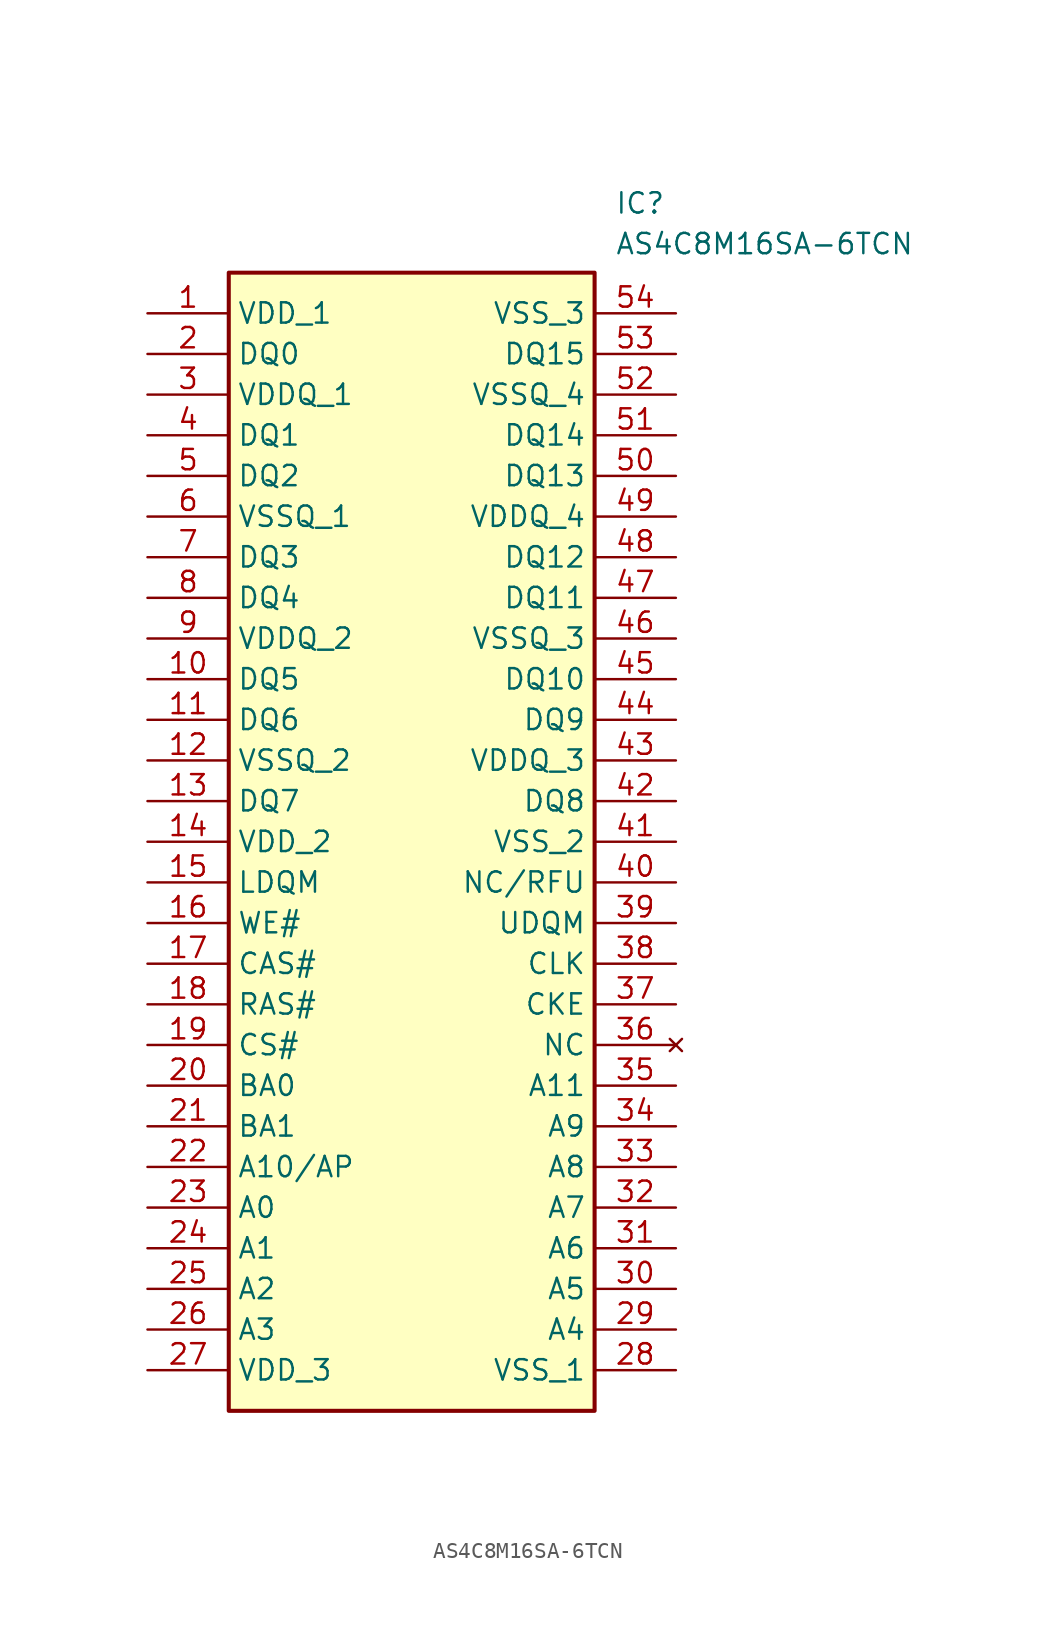
<source format=kicad_sym>
(kicad_symbol_lib
  (version 20211014)
  (generator SamacSys_ECAD_Model)
  (symbol "AS4C8M16SA-6TCN"
    (property "Reference" "IC"
      (at 29.21 7.62 0)
      (effects (font (size 1.27 1.27)) (justify left top)))
    (property "Value" "AS4C8M16SA-6TCN"
      (at 29.21 5.08 0)
      (effects (font (size 1.27 1.27)) (justify left top)))
    (rectangle
      (start 5.08 2.54)
      (end 27.94 -68.58)
      (stroke (width 0.254) (type default))
      (fill (type background)))
    (pin passive line
      (at 0 0 0)
      (length 5.08)
      (name "VDD_1" (effects (font (size 1.27 1.27))))
      (number "1" (effects (font (size 1.27 1.27)))))
    (pin passive line
      (at 0 -2.54 0)
      (length 5.08)
      (name "DQ0" (effects (font (size 1.27 1.27))))
      (number "2" (effects (font (size 1.27 1.27)))))
    (pin passive line
      (at 0 -5.08 0)
      (length 5.08)
      (name "VDDQ_1" (effects (font (size 1.27 1.27))))
      (number "3" (effects (font (size 1.27 1.27)))))
    (pin passive line
      (at 0 -7.62 0)
      (length 5.08)
      (name "DQ1" (effects (font (size 1.27 1.27))))
      (number "4" (effects (font (size 1.27 1.27)))))
    (pin passive line
      (at 0 -10.16 0)
      (length 5.08)
      (name "DQ2" (effects (font (size 1.27 1.27))))
      (number "5" (effects (font (size 1.27 1.27)))))
    (pin passive line
      (at 0 -12.7 0)
      (length 5.08)
      (name "VSSQ_1" (effects (font (size 1.27 1.27))))
      (number "6" (effects (font (size 1.27 1.27)))))
    (pin passive line
      (at 0 -15.24 0)
      (length 5.08)
      (name "DQ3" (effects (font (size 1.27 1.27))))
      (number "7" (effects (font (size 1.27 1.27)))))
    (pin passive line
      (at 0 -17.78 0)
      (length 5.08)
      (name "DQ4" (effects (font (size 1.27 1.27))))
      (number "8" (effects (font (size 1.27 1.27)))))
    (pin passive line
      (at 0 -20.32 0)
      (length 5.08)
      (name "VDDQ_2" (effects (font (size 1.27 1.27))))
      (number "9" (effects (font (size 1.27 1.27)))))
    (pin passive line
      (at 0 -22.86 0)
      (length 5.08)
      (name "DQ5" (effects (font (size 1.27 1.27))))
      (number "10" (effects (font (size 1.27 1.27)))))
    (pin passive line
      (at 0 -25.4 0)
      (length 5.08)
      (name "DQ6" (effects (font (size 1.27 1.27))))
      (number "11" (effects (font (size 1.27 1.27)))))
    (pin passive line
      (at 0 -27.94 0)
      (length 5.08)
      (name "VSSQ_2" (effects (font (size 1.27 1.27))))
      (number "12" (effects (font (size 1.27 1.27)))))
    (pin passive line
      (at 0 -30.48 0)
      (length 5.08)
      (name "DQ7" (effects (font (size 1.27 1.27))))
      (number "13" (effects (font (size 1.27 1.27)))))
    (pin passive line
      (at 0 -33.02 0)
      (length 5.08)
      (name "VDD_2" (effects (font (size 1.27 1.27))))
      (number "14" (effects (font (size 1.27 1.27)))))
    (pin passive line
      (at 0 -35.56 0)
      (length 5.08)
      (name "LDQM" (effects (font (size 1.27 1.27))))
      (number "15" (effects (font (size 1.27 1.27)))))
    (pin passive line
      (at 0 -38.1 0)
      (length 5.08)
      (name "WE#" (effects (font (size 1.27 1.27))))
      (number "16" (effects (font (size 1.27 1.27)))))
    (pin passive line
      (at 0 -40.64 0)
      (length 5.08)
      (name "CAS#" (effects (font (size 1.27 1.27))))
      (number "17" (effects (font (size 1.27 1.27)))))
    (pin passive line
      (at 0 -43.18 0)
      (length 5.08)
      (name "RAS#" (effects (font (size 1.27 1.27))))
      (number "18" (effects (font (size 1.27 1.27)))))
    (pin passive line
      (at 0 -45.72 0)
      (length 5.08)
      (name "CS#" (effects (font (size 1.27 1.27))))
      (number "19" (effects (font (size 1.27 1.27)))))
    (pin passive line
      (at 0 -48.26 0)
      (length 5.08)
      (name "BA0" (effects (font (size 1.27 1.27))))
      (number "20" (effects (font (size 1.27 1.27)))))
    (pin passive line
      (at 0 -50.8 0)
      (length 5.08)
      (name "BA1" (effects (font (size 1.27 1.27))))
      (number "21" (effects (font (size 1.27 1.27)))))
    (pin passive line
      (at 0 -53.34 0)
      (length 5.08)
      (name "A10/AP" (effects (font (size 1.27 1.27))))
      (number "22" (effects (font (size 1.27 1.27)))))
    (pin passive line
      (at 0 -55.88 0)
      (length 5.08)
      (name "A0" (effects (font (size 1.27 1.27))))
      (number "23" (effects (font (size 1.27 1.27)))))
    (pin passive line
      (at 0 -58.42 0)
      (length 5.08)
      (name "A1" (effects (font (size 1.27 1.27))))
      (number "24" (effects (font (size 1.27 1.27)))))
    (pin passive line
      (at 0 -60.96 0)
      (length 5.08)
      (name "A2" (effects (font (size 1.27 1.27))))
      (number "25" (effects (font (size 1.27 1.27)))))
    (pin passive line
      (at 0 -63.5 0)
      (length 5.08)
      (name "A3" (effects (font (size 1.27 1.27))))
      (number "26" (effects (font (size 1.27 1.27)))))
    (pin passive line
      (at 0 -66.04 0)
      (length 5.08)
      (name "VDD_3" (effects (font (size 1.27 1.27))))
      (number "27" (effects (font (size 1.27 1.27)))))
    (pin passive line
      (at 33.02 0 180)
      (length 5.08)
      (name "VSS_3" (effects (font (size 1.27 1.27))))
      (number "54" (effects (font (size 1.27 1.27)))))
    (pin passive line
      (at 33.02 -2.54 180)
      (length 5.08)
      (name "DQ15" (effects (font (size 1.27 1.27))))
      (number "53" (effects (font (size 1.27 1.27)))))
    (pin passive line
      (at 33.02 -5.08 180)
      (length 5.08)
      (name "VSSQ_4" (effects (font (size 1.27 1.27))))
      (number "52" (effects (font (size 1.27 1.27)))))
    (pin passive line
      (at 33.02 -7.62 180)
      (length 5.08)
      (name "DQ14" (effects (font (size 1.27 1.27))))
      (number "51" (effects (font (size 1.27 1.27)))))
    (pin passive line
      (at 33.02 -10.16 180)
      (length 5.08)
      (name "DQ13" (effects (font (size 1.27 1.27))))
      (number "50" (effects (font (size 1.27 1.27)))))
    (pin passive line
      (at 33.02 -12.7 180)
      (length 5.08)
      (name "VDDQ_4" (effects (font (size 1.27 1.27))))
      (number "49" (effects (font (size 1.27 1.27)))))
    (pin passive line
      (at 33.02 -15.24 180)
      (length 5.08)
      (name "DQ12" (effects (font (size 1.27 1.27))))
      (number "48" (effects (font (size 1.27 1.27)))))
    (pin passive line
      (at 33.02 -17.78 180)
      (length 5.08)
      (name "DQ11" (effects (font (size 1.27 1.27))))
      (number "47" (effects (font (size 1.27 1.27)))))
    (pin passive line
      (at 33.02 -20.32 180)
      (length 5.08)
      (name "VSSQ_3" (effects (font (size 1.27 1.27))))
      (number "46" (effects (font (size 1.27 1.27)))))
    (pin passive line
      (at 33.02 -22.86 180)
      (length 5.08)
      (name "DQ10" (effects (font (size 1.27 1.27))))
      (number "45" (effects (font (size 1.27 1.27)))))
    (pin passive line
      (at 33.02 -25.4 180)
      (length 5.08)
      (name "DQ9" (effects (font (size 1.27 1.27))))
      (number "44" (effects (font (size 1.27 1.27)))))
    (pin passive line
      (at 33.02 -27.94 180)
      (length 5.08)
      (name "VDDQ_3" (effects (font (size 1.27 1.27))))
      (number "43" (effects (font (size 1.27 1.27)))))
    (pin passive line
      (at 33.02 -30.48 180)
      (length 5.08)
      (name "DQ8" (effects (font (size 1.27 1.27))))
      (number "42" (effects (font (size 1.27 1.27)))))
    (pin passive line
      (at 33.02 -33.02 180)
      (length 5.08)
      (name "VSS_2" (effects (font (size 1.27 1.27))))
      (number "41" (effects (font (size 1.27 1.27)))))
    (pin passive line
      (at 33.02 -35.56 180)
      (length 5.08)
      (name "NC/RFU" (effects (font (size 1.27 1.27))))
      (number "40" (effects (font (size 1.27 1.27)))))
    (pin passive line
      (at 33.02 -38.1 180)
      (length 5.08)
      (name "UDQM" (effects (font (size 1.27 1.27))))
      (number "39" (effects (font (size 1.27 1.27)))))
    (pin passive line
      (at 33.02 -40.64 180)
      (length 5.08)
      (name "CLK" (effects (font (size 1.27 1.27))))
      (number "38" (effects (font (size 1.27 1.27)))))
    (pin passive line
      (at 33.02 -43.18 180)
      (length 5.08)
      (name "CKE" (effects (font (size 1.27 1.27))))
      (number "37" (effects (font (size 1.27 1.27)))))
    (pin no_connect line
      (at 33.02 -45.72 180)
      (length 5.08)
      (name "NC" (effects (font (size 1.27 1.27))))
      (number "36" (effects (font (size 1.27 1.27)))))
    (pin passive line
      (at 33.02 -48.26 180)
      (length 5.08)
      (name "A11" (effects (font (size 1.27 1.27))))
      (number "35" (effects (font (size 1.27 1.27)))))
    (pin passive line
      (at 33.02 -50.8 180)
      (length 5.08)
      (name "A9" (effects (font (size 1.27 1.27))))
      (number "34" (effects (font (size 1.27 1.27)))))
    (pin passive line
      (at 33.02 -53.34 180)
      (length 5.08)
      (name "A8" (effects (font (size 1.27 1.27))))
      (number "33" (effects (font (size 1.27 1.27)))))
    (pin passive line
      (at 33.02 -55.88 180)
      (length 5.08)
      (name "A7" (effects (font (size 1.27 1.27))))
      (number "32" (effects (font (size 1.27 1.27)))))
    (pin passive line
      (at 33.02 -58.42 180)
      (length 5.08)
      (name "A6" (effects (font (size 1.27 1.27))))
      (number "31" (effects (font (size 1.27 1.27)))))
    (pin passive line
      (at 33.02 -60.96 180)
      (length 5.08)
      (name "A5" (effects (font (size 1.27 1.27))))
      (number "30" (effects (font (size 1.27 1.27)))))
    (pin passive line
      (at 33.02 -63.5 180)
      (length 5.08)
      (name "A4" (effects (font (size 1.27 1.27))))
      (number "29" (effects (font (size 1.27 1.27)))))
    (pin passive line
      (at 33.02 -66.04 180)
      (length 5.08)
      (name "VSS_1" (effects (font (size 1.27 1.27))))
      (number "28" (effects (font (size 1.27 1.27)))))))
</source>
